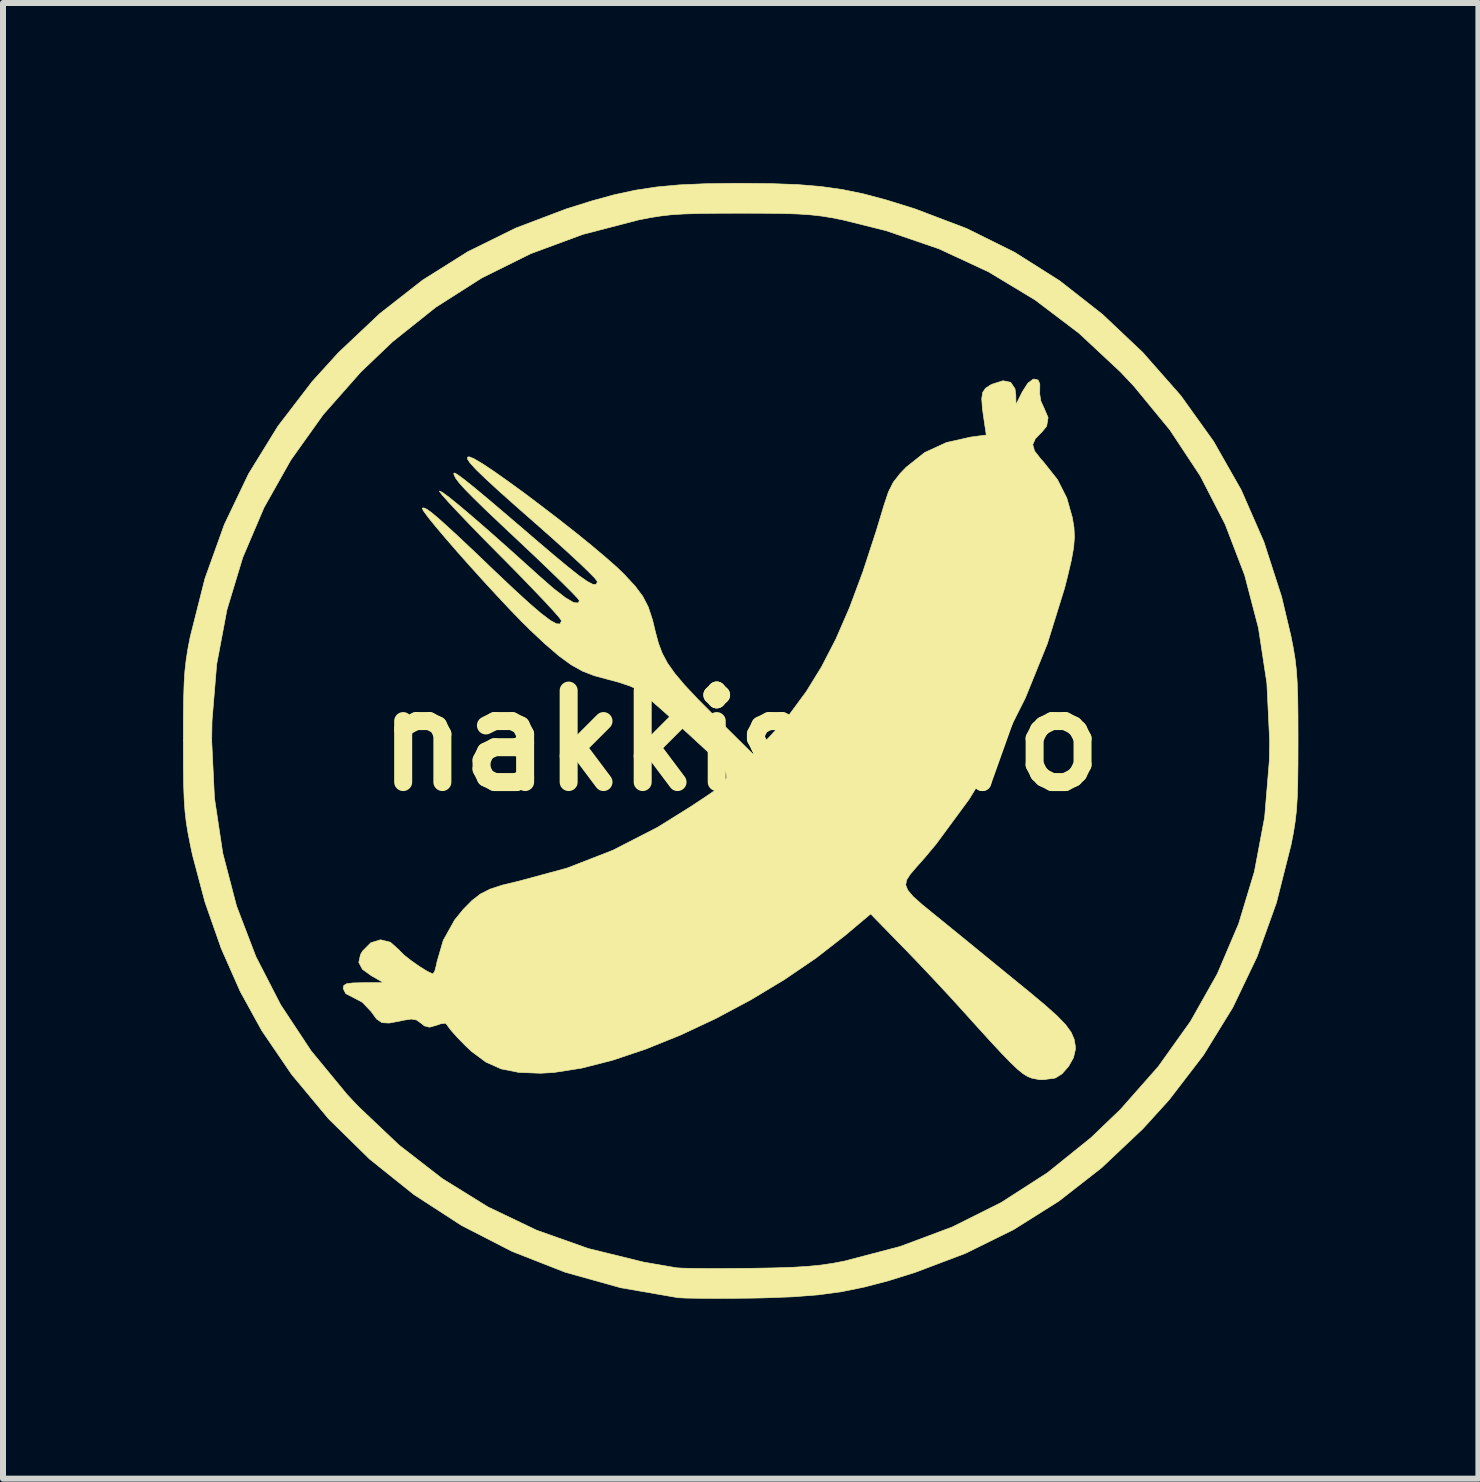
<source format=kicad_pcb>
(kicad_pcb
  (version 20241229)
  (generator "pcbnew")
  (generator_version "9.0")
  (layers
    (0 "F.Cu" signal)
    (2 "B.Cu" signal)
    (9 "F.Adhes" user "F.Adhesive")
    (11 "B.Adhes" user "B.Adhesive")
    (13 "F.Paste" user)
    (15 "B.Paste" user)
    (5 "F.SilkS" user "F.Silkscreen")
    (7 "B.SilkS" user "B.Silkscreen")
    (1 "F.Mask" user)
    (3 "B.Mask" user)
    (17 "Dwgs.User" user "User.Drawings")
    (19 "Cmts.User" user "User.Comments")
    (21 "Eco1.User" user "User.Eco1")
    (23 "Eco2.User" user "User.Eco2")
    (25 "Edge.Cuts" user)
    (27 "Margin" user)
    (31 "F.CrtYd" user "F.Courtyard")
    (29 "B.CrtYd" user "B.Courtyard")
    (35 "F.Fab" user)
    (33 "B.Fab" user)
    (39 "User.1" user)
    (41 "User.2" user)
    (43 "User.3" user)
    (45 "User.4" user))
  (footprint "nakkiservo"
    (layer "F.Cu")
    (at 9.293 9.293)
    (property "Reference" "nakkiservo" (at 0 0 0) (layer "F.SilkS") (effects (font (size 1.524 1.524) (thickness 0.3))))
    (attr through_hole)
    (fp_poly (pts (xy 0.513 -9.283) (xy 0.951 -9.267) (xy 1.336 -9.235) (xy 1.693 -9.185) (xy 2.044 -9.113) (xy 2.413 -9.015) (xy 2.823 -8.888) (xy 2.905 -8.862) (xy 3.766 -8.535) (xy 4.566 -8.138) (xy 5.317 -7.663) (xy 6.03 -7.104) (xy 6.702 -6.468) (xy 7.335 -5.749) (xy 7.881 -4.987) (xy 8.342 -4.176) (xy 8.719 -3.314) (xy 9.015 -2.396) (xy 9.17 -1.743) (xy 9.209 -1.544) (xy 9.239 -1.362) (xy 9.26 -1.179) (xy 9.274 -0.975) (xy 9.283 -0.731) (xy 9.287 -0.427) (xy 9.288 -0.045) (xy 9.288 0) (xy 9.287 0.391) (xy 9.283 0.702) (xy 9.275 0.952) (xy 9.262 1.159) (xy 9.241 1.344) (xy 9.213 1.525) (xy 9.175 1.721) (xy 9.17 1.743) (xy 8.928 2.701) (xy 8.605 3.601) (xy 8.201 4.446) (xy 7.712 5.24) (xy 7.138 5.988) (xy 6.702 6.468) (xy 6.015 7.117) (xy 5.3 7.675) (xy 4.548 8.148) (xy 3.745 8.544) (xy 2.907 8.861) (xy 2.465 8.999) (xy 2.066 9.104) (xy 1.684 9.182) (xy 1.293 9.235) (xy 0.867 9.268) (xy 0.377 9.286) (xy 0.174 9.29) (xy -0.15 9.293) (xy -0.451 9.294) (xy -0.71 9.292) (xy -0.909 9.289) (xy -1.031 9.283) (xy -1.046 9.282) (xy -2.002 9.116) (xy -2.925 8.858) (xy -3.81 8.511) (xy -4.653 8.078) (xy -5.447 7.563) (xy -6.187 6.97) (xy -6.868 6.301) (xy -7.484 5.561) (xy -7.981 4.831) (xy -8.339 4.181) (xy -8.657 3.461) (xy -8.926 2.694) (xy -9.135 1.907) (xy -9.17 1.743) (xy -9.209 1.544) (xy -9.239 1.362) (xy -9.26 1.179) (xy -9.274 0.975) (xy -9.283 0.731) (xy -9.287 0.427) (xy -9.288 0.045) (xy -9.288 0) (xy -8.815 0) (xy -8.769 0.957) (xy -8.631 1.875) (xy -8.401 2.756) (xy -8.079 3.598) (xy -7.666 4.401) (xy -7.16 5.167) (xy -6.562 5.893) (xy -6.375 6.093) (xy -5.691 6.741) (xy -4.971 7.299) (xy -4.209 7.771) (xy -3.4 8.158) (xy -2.539 8.463) (xy -1.62 8.689) (xy -1.071 8.784) (xy -0.977 8.79) (xy -0.802 8.794) (xy -0.56 8.796) (xy -0.271 8.796) (xy 0.049 8.794) (xy 0.149 8.793) (xy 0.546 8.786) (xy 0.863 8.776) (xy 1.121 8.76) (xy 1.342 8.738) (xy 1.545 8.708) (xy 1.734 8.671) (xy 2.657 8.429) (xy 3.526 8.104) (xy 4.344 7.695) (xy 5.114 7.199) (xy 5.839 6.615) (xy 6.33 6.144) (xy 6.959 5.431) (xy 7.496 4.678) (xy 7.943 3.885) (xy 8.298 3.052) (xy 8.561 2.182) (xy 8.732 1.274) (xy 8.81 0.33) (xy 8.815 0) (xy 8.769 -0.956) (xy 8.629 -1.876) (xy 8.398 -2.76) (xy 8.074 -3.605) (xy 7.659 -4.412) (xy 7.152 -5.179) (xy 6.555 -5.905) (xy 6.33 -6.144) (xy 5.639 -6.789) (xy 4.907 -7.344) (xy 4.13 -7.813) (xy 3.303 -8.197) (xy 2.422 -8.499) (xy 1.707 -8.677) (xy 1.518 -8.715) (xy 1.343 -8.743) (xy 1.162 -8.763) (xy 0.957 -8.777) (xy 0.709 -8.785) (xy 0.399 -8.789) (xy 0.009 -8.79) (xy 0 -8.79) (xy -0.392 -8.789) (xy -0.704 -8.785) (xy -0.953 -8.777) (xy -1.159 -8.764) (xy -1.34 -8.743) (xy -1.515 -8.715) (xy -1.703 -8.678) (xy -1.707 -8.677) (xy -2.633 -8.436) (xy -3.501 -8.115) (xy -4.315 -7.711) (xy -5.081 -7.223) (xy -5.803 -6.647) (xy -6.33 -6.144) (xy -6.959 -5.431) (xy -7.496 -4.678) (xy -7.943 -3.885) (xy -8.298 -3.052) (xy -8.561 -2.182) (xy -8.732 -1.274) (xy -8.81 -0.33) (xy -8.815 0) (xy -9.288 0) (xy -9.287 -0.391) (xy -9.283 -0.702) (xy -9.275 -0.952) (xy -9.262 -1.159) (xy -9.241 -1.344) (xy -9.213 -1.525) (xy -9.175 -1.721) (xy -9.17 -1.743) (xy -8.928 -2.701) (xy -8.605 -3.601) (xy -8.201 -4.446) (xy -7.712 -5.24) (xy -7.138 -5.988) (xy -6.702 -6.468) (xy -6.015 -7.116) (xy -5.302 -7.674) (xy -4.55 -8.147) (xy -3.749 -8.542) (xy -2.905 -8.862) (xy -2.484 -8.994) (xy -2.109 -9.097) (xy -1.757 -9.173) (xy -1.403 -9.227) (xy -1.025 -9.262) (xy -0.599 -9.281) (xy -0.101 -9.288) (xy 0 -9.288) (xy 0.513 -9.283)) (stroke (width 0.01) (type solid)) (fill yes) (layer "F.SilkS"))
    (fp_poly (pts (xy 4.957 -6.01) (xy 4.985 -5.945) (xy 4.984 -5.809) (xy 4.982 -5.787) (xy 5.002 -5.659) (xy 5.051 -5.552) (xy 5.123 -5.385) (xy 5.099 -5.241) (xy 5.026 -5.151) (xy 4.91 -5.032) (xy 4.867 -4.933) (xy 4.897 -4.828) (xy 5.003 -4.692) (xy 5.047 -4.644) (xy 5.279 -4.351) (xy 5.435 -4.043) (xy 5.526 -3.721) (xy 5.554 -3.556) (xy 5.562 -3.397) (xy 5.549 -3.222) (xy 5.511 -3.009) (xy 5.447 -2.736) (xy 5.397 -2.54) (xy 5.111 -1.618) (xy 4.745 -0.714) (xy 4.308 0.155) (xy 3.809 0.973) (xy 3.257 1.723) (xy 3.06 1.958) (xy 2.926 2.109) (xy 2.826 2.226) (xy 2.765 2.32) (xy 2.75 2.404) (xy 2.784 2.491) (xy 2.872 2.595) (xy 3.019 2.727) (xy 3.231 2.9) (xy 3.508 3.125) (xy 3.794 3.358) (xy 4.118 3.623) (xy 4.446 3.891) (xy 4.74 4.131) (xy 4.797 4.177) (xy 5.07 4.405) (xy 5.273 4.586) (xy 5.415 4.733) (xy 5.506 4.858) (xy 5.557 4.974) (xy 5.577 5.092) (xy 5.578 5.145) (xy 5.546 5.282) (xy 5.464 5.428) (xy 5.356 5.551) (xy 5.245 5.621) (xy 5.208 5.628) (xy 5.094 5.642) (xy 5.072 5.648) (xy 4.98 5.649) (xy 4.851 5.624) (xy 4.849 5.623) (xy 4.783 5.597) (xy 4.708 5.551) (xy 4.616 5.477) (xy 4.499 5.365) (xy 4.346 5.208) (xy 4.151 4.998) (xy 3.904 4.726) (xy 3.73 4.533) (xy 3.513 4.294) (xy 3.256 4.017) (xy 2.989 3.734) (xy 2.743 3.478) (xy 2.714 3.449) (xy 2.166 2.887) (xy 1.743 3.243) (xy 1.259 3.62) (xy 0.729 3.981) (xy 0.166 4.32) (xy -0.415 4.63) (xy -1.001 4.905) (xy -1.578 5.138) (xy -2.133 5.325) (xy -2.65 5.457) (xy -3.118 5.53) (xy -3.337 5.542) (xy -3.698 5.528) (xy -3.993 5.469) (xy -4.246 5.356) (xy -4.485 5.179) (xy -4.585 5.085) (xy -4.721 4.946) (xy -4.826 4.828) (xy -4.883 4.753) (xy -4.887 4.743) (xy -4.92 4.707) (xy -5.002 4.719) (xy -5.065 4.741) (xy -5.185 4.775) (xy -5.268 4.754) (xy -5.327 4.708) (xy -5.401 4.655) (xy -5.483 4.639) (xy -5.61 4.657) (xy -5.677 4.672) (xy -5.859 4.706) (xy -5.978 4.699) (xy -6.067 4.638) (xy -6.158 4.514) (xy -6.161 4.511) (xy -6.304 4.36) (xy -6.447 4.284) (xy -6.581 4.216) (xy -6.624 4.13) (xy -6.613 4.079) (xy -6.566 4.05) (xy -6.462 4.037) (xy -6.288 4.033) (xy -5.952 4.032) (xy -6.15 3.92) (xy -6.304 3.809) (xy -6.364 3.695) (xy -6.335 3.564) (xy -6.302 3.507) (xy -6.163 3.367) (xy -6.001 3.318) (xy -5.837 3.359) (xy -5.69 3.49) (xy -5.684 3.499) (xy -5.612 3.571) (xy -5.492 3.665) (xy -5.354 3.762) (xy -5.226 3.842) (xy -5.139 3.883) (xy -5.126 3.885) (xy -5.098 3.841) (xy -5.069 3.731) (xy -5.062 3.69) (xy -4.957 3.329) (xy -4.767 2.988) (xy -4.624 2.812) (xy -4.477 2.663) (xy -4.337 2.555) (xy -4.177 2.474) (xy -3.973 2.407) (xy -3.697 2.341) (xy -3.687 2.338) (xy -2.893 2.123) (xy -2.13 1.826) (xy -1.384 1.443) (xy -0.842 1.105) (xy -0.589 0.938) (xy -0.403 0.81) (xy -0.284 0.707) (xy -0.233 0.614) (xy -0.248 0.515) (xy -0.332 0.397) (xy -0.483 0.245) (xy -0.702 0.043) (xy -0.857 -0.1) (xy -1.088 -0.311) (xy -1.303 -0.504) (xy -1.489 -0.667) (xy -1.631 -0.786) (xy -1.715 -0.85) (xy -1.716 -0.851) (xy -1.841 -0.909) (xy -2.023 -0.971) (xy -2.214 -1.022) (xy -2.437 -1.082) (xy -2.634 -1.158) (xy -2.824 -1.264) (xy -3.026 -1.411) (xy -3.258 -1.61) (xy -3.497 -1.834) (xy -3.659 -1.994) (xy -3.851 -2.193) (xy -4.064 -2.42) (xy -4.287 -2.662) (xy -4.51 -2.909) (xy -4.724 -3.15) (xy -4.918 -3.374) (xy -5.084 -3.57) (xy -5.21 -3.726) (xy -5.287 -3.831) (xy -5.307 -3.874) (xy -5.28 -3.879) (xy -5.23 -3.857) (xy -5.151 -3.8) (xy -5.034 -3.702) (xy -4.874 -3.558) (xy -4.662 -3.362) (xy -4.392 -3.107) (xy -4.116 -2.842) (xy -3.79 -2.534) (xy -3.528 -2.294) (xy -3.324 -2.119) (xy -3.173 -2.005) (xy -3.071 -1.948) (xy -3.011 -1.945) (xy -2.989 -1.991) (xy -2.988 -2.002) (xy -3.022 -2.051) (xy -3.118 -2.161) (xy -3.267 -2.323) (xy -3.461 -2.526) (xy -3.69 -2.763) (xy -3.946 -3.023) (xy -4.019 -3.096) (xy -4.279 -3.359) (xy -4.513 -3.6) (xy -4.712 -3.808) (xy -4.869 -3.976) (xy -4.974 -4.095) (xy -5.02 -4.155) (xy -5.02 -4.16) (xy -4.973 -4.139) (xy -4.858 -4.055) (xy -4.682 -3.912) (xy -4.451 -3.716) (xy -4.169 -3.471) (xy -3.844 -3.182) (xy -3.479 -2.854) (xy -3.387 -2.77) (xy -3.121 -2.537) (xy -2.919 -2.381) (xy -2.781 -2.3) (xy -2.705 -2.295) (xy -2.689 -2.336) (xy -2.724 -2.381) (xy -2.823 -2.484) (xy -2.976 -2.637) (xy -3.174 -2.829) (xy -3.408 -3.053) (xy -3.668 -3.298) (xy -3.689 -3.318) (xy -4.008 -3.618) (xy -4.261 -3.858) (xy -4.454 -4.047) (xy -4.595 -4.19) (xy -4.691 -4.297) (xy -4.749 -4.374) (xy -4.776 -4.429) (xy -4.781 -4.458) (xy -4.762 -4.46) (xy -4.703 -4.423) (xy -4.597 -4.344) (xy -4.439 -4.217) (xy -4.225 -4.039) (xy -3.949 -3.805) (xy -3.605 -3.511) (xy -3.446 -3.374) (xy -3.131 -3.106) (xy -2.883 -2.9) (xy -2.695 -2.751) (xy -2.558 -2.655) (xy -2.467 -2.607) (xy -2.414 -2.601) (xy -2.392 -2.634) (xy -2.391 -2.656) (xy -2.427 -2.705) (xy -2.529 -2.81) (xy -2.687 -2.962) (xy -2.892 -3.151) (xy -3.133 -3.369) (xy -3.402 -3.607) (xy -3.424 -3.626) (xy -3.773 -3.933) (xy -4.051 -4.181) (xy -4.262 -4.376) (xy -4.413 -4.522) (xy -4.508 -4.626) (xy -4.552 -4.692) (xy -4.551 -4.725) (xy -4.525 -4.731) (xy -4.448 -4.701) (xy -4.306 -4.617) (xy -4.11 -4.487) (xy -3.874 -4.32) (xy -3.608 -4.127) (xy -3.326 -3.914) (xy -3.037 -3.693) (xy -2.756 -3.472) (xy -2.493 -3.259) (xy -2.26 -3.063) (xy -2.069 -2.895) (xy -1.95 -2.781) (xy -1.762 -2.579) (xy -1.632 -2.406) (xy -1.541 -2.23) (xy -1.47 -2.016) (xy -1.42 -1.809) (xy -1.37 -1.623) (xy -1.307 -1.456) (xy -1.22 -1.293) (xy -1.099 -1.122) (xy -0.934 -0.926) (xy -0.715 -0.693) (xy -0.432 -0.408) (xy -0.423 -0.398) (xy 0.205 0.224) (xy 0.516 -0.102) (xy 0.818 -0.445) (xy 1.093 -0.818) (xy 1.347 -1.23) (xy 1.586 -1.693) (xy 1.814 -2.217) (xy 2.036 -2.813) (xy 2.258 -3.492) (xy 2.39 -3.929) (xy 2.462 -4.145) (xy 2.543 -4.306) (xy 2.659 -4.454) (xy 2.757 -4.556) (xy 3.066 -4.802) (xy 3.429 -4.969) (xy 3.835 -5.06) (xy 4.093 -5.094) (xy 4.062 -5.299) (xy 4.028 -5.537) (xy 4.017 -5.699) (xy 4.033 -5.804) (xy 4.08 -5.873) (xy 4.163 -5.927) (xy 4.194 -5.942) (xy 4.371 -5.998) (xy 4.499 -5.972) (xy 4.571 -5.866) (xy 4.585 -5.763) (xy 4.588 -5.603) (xy 4.694 -5.815) (xy 4.786 -5.958) (xy 4.873 -6.024) (xy 4.891 -6.026) (xy 4.957 -6.01)) (stroke (width 0.01) (type solid)) (fill yes) (layer "F.SilkS")))
  (gr_rect
    (start -3 -3)
    (end 21.587 21.591)
    (stroke (width 0.1) (type default))
    (fill no)
    (layer "Edge.Cuts")))
</source>
